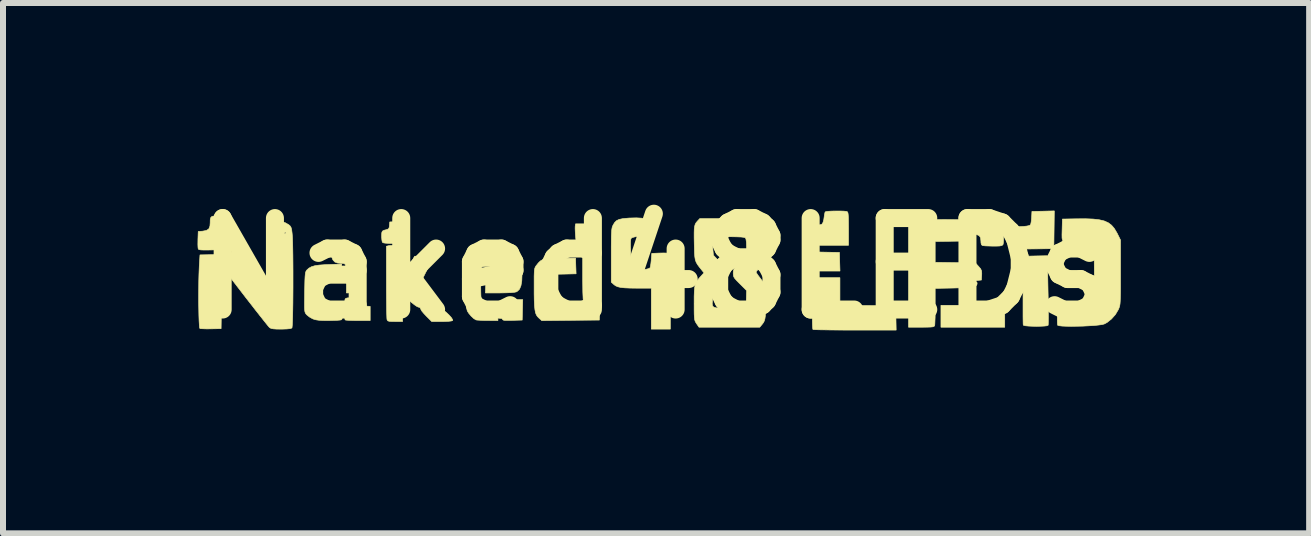
<source format=kicad_pcb>
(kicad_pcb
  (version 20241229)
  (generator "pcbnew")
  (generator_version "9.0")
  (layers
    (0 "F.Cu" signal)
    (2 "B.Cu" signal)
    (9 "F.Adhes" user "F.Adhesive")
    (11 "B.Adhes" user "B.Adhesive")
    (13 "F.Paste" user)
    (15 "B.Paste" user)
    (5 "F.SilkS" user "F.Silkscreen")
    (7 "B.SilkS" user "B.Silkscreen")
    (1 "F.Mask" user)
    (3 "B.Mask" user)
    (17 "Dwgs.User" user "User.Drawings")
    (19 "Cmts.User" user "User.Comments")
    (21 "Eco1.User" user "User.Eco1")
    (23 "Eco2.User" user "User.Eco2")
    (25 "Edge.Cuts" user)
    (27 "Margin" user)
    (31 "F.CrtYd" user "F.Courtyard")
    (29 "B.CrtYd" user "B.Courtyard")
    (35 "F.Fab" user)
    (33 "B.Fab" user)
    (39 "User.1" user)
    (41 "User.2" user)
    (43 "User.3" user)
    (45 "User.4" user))
  (footprint "Naked48LEDs"
    (layer "F.Cu")
    (at 7.881 1.418)
    (property "Reference" "Naked48LEDs" (at 0 0 0) (layer "F.SilkS") (effects (font (size 1.524 1.524) (thickness 0.3))))
    (attr through_hole)
    (fp_poly (pts (xy 5.81 0.984) (xy 4.747 0.984) (xy 4.747 0.619) (xy 5.81 0.619) (xy 5.81 0.984)) (stroke (width 0.01) (type solid)) (fill yes) (layer "F.SilkS"))
    (fp_poly (pts (xy 2.838 -0.266) (xy 3.056 -0.262) (xy 3.06 -0.107) (xy 3.065 0.048) (xy 2.619 0.048) (xy 2.619 -0.271) (xy 2.838 -0.266)) (stroke (width 0.01) (type solid)) (fill yes) (layer "F.SilkS"))
    (fp_poly (pts (xy -0.924 -0.528) (xy -0.92 -0.318) (xy -1.204 -0.318) (xy -1.209 -0.369) (xy -1.216 -0.404) (xy -1.234 -0.419) (xy -1.273 -0.426) (xy -1.331 -0.43) (xy -1.342 -0.545) (xy -1.346 -0.608) (xy -1.348 -0.663) (xy -1.347 -0.699) (xy -1.347 -0.699) (xy -1.341 -0.738) (xy -0.929 -0.738) (xy -0.924 -0.528)) (stroke (width 0.01) (type solid)) (fill yes) (layer "F.SilkS"))
    (fp_poly (pts (xy -4.191 -0.413) (xy -4.372 -0.413) (xy -4.452 -0.413) (xy -4.506 -0.416) (xy -4.539 -0.421) (xy -4.557 -0.429) (xy -4.562 -0.438) (xy -4.568 -0.468) (xy -4.572 -0.516) (xy -4.572 -0.542) (xy -4.57 -0.59) (xy -4.56 -0.616) (xy -4.534 -0.631) (xy -4.49 -0.642) (xy -4.46 -0.653) (xy -4.446 -0.678) (xy -4.442 -0.71) (xy -4.437 -0.77) (xy -4.314 -0.775) (xy -4.191 -0.779) (xy -4.191 -0.413)) (stroke (width 0.01) (type solid)) (fill yes) (layer "F.SilkS"))
    (fp_poly (pts (xy 6.628 -0.325) (xy 6.33 -0.321) (xy 6.221 -0.32) (xy 6.141 -0.32) (xy 6.084 -0.322) (xy 6.049 -0.326) (xy 6.029 -0.332) (xy 6.024 -0.338) (xy 6.021 -0.362) (xy 6.019 -0.41) (xy 6.019 -0.474) (xy 6.02 -0.525) (xy 6.025 -0.691) (xy 6.122 -0.695) (xy 6.177 -0.701) (xy 6.219 -0.71) (xy 6.237 -0.72) (xy 6.246 -0.745) (xy 6.254 -0.792) (xy 6.258 -0.842) (xy 6.263 -0.945) (xy 6.45 -0.949) (xy 6.636 -0.954) (xy 6.628 -0.325)) (stroke (width 0.01) (type solid)) (fill yes) (layer "F.SilkS"))
    (fp_poly (pts (xy -4.918 0.56) (xy -4.913 0.627) (xy -4.838 0.632) (xy -4.763 0.637) (xy -4.763 0.873) (xy -4.966 0.873) (xy -5.044 0.872) (xy -5.109 0.87) (xy -5.157 0.867) (xy -5.18 0.863) (xy -5.181 0.863) (xy -5.185 0.843) (xy -5.189 0.799) (xy -5.19 0.741) (xy -5.191 0.676) (xy -5.19 0.612) (xy -5.187 0.559) (xy -5.183 0.524) (xy -5.181 0.517) (xy -5.17 0.504) (xy -5.143 0.496) (xy -5.095 0.493) (xy -5.047 0.492) (xy -4.923 0.492) (xy -4.918 0.56)) (stroke (width 0.01) (type solid)) (fill yes) (layer "F.SilkS"))
    (fp_poly (pts (xy -2.23 0.865) (xy -2.393 0.87) (xy -2.466 0.871) (xy -2.513 0.871) (xy -2.541 0.867) (xy -2.555 0.859) (xy -2.562 0.845) (xy -2.564 0.837) (xy -2.569 0.8) (xy -2.57 0.747) (xy -2.569 0.714) (xy -2.565 0.664) (xy -2.557 0.637) (xy -2.54 0.625) (xy -2.516 0.619) (xy -2.48 0.606) (xy -2.465 0.578) (xy -2.464 0.567) (xy -2.46 0.545) (xy -2.45 0.532) (xy -2.427 0.526) (xy -2.385 0.524) (xy -2.34 0.524) (xy -2.221 0.524) (xy -2.23 0.865)) (stroke (width 0.01) (type solid)) (fill yes) (layer "F.SilkS"))
    (fp_poly (pts (xy 3.064 0.619) (xy 3.528 0.623) (xy 3.993 0.627) (xy 3.997 0.829) (xy 4.001 1.032) (xy 3.313 1.032) (xy 3.168 1.032) (xy 3.033 1.031) (xy 2.911 1.03) (xy 2.806 1.028) (xy 2.721 1.027) (xy 2.658 1.025) (xy 2.622 1.023) (xy 2.614 1.021) (xy 2.61 1.001) (xy 2.607 0.955) (xy 2.605 0.887) (xy 2.604 0.802) (xy 2.604 0.705) (xy 2.606 0.602) (xy 2.608 0.497) (xy 2.612 0.396) (xy 2.614 0.361) (xy 2.624 0.159) (xy 3.064 0.159) (xy 3.064 0.619)) (stroke (width 0.01) (type solid)) (fill yes) (layer "F.SilkS"))
    (fp_poly (pts (xy 5.785 -0.634) (xy 5.789 -0.536) (xy 5.79 -0.466) (xy 5.787 -0.419) (xy 5.781 -0.393) (xy 5.778 -0.388) (xy 5.759 -0.376) (xy 5.722 -0.369) (xy 5.661 -0.367) (xy 5.614 -0.367) (xy 5.546 -0.369) (xy 5.489 -0.371) (xy 5.45 -0.375) (xy 5.441 -0.376) (xy 5.422 -0.39) (xy 5.414 -0.423) (xy 5.413 -0.452) (xy 5.407 -0.507) (xy 5.385 -0.541) (xy 5.341 -0.56) (xy 5.302 -0.567) (xy 5.238 -0.576) (xy 5.242 -0.713) (xy 5.247 -0.849) (xy 5.51 -0.854) (xy 5.774 -0.858) (xy 5.785 -0.634)) (stroke (width 0.01) (type solid)) (fill yes) (layer "F.SilkS"))
    (fp_poly (pts (xy 6.531 0.364) (xy 6.534 0.496) (xy 6.535 0.618) (xy 6.536 0.727) (xy 6.537 0.818) (xy 6.536 0.889) (xy 6.535 0.935) (xy 6.533 0.952) (xy 6.513 0.96) (xy 6.469 0.965) (xy 6.409 0.968) (xy 6.34 0.969) (xy 6.27 0.968) (xy 6.206 0.965) (xy 6.154 0.96) (xy 6.124 0.952) (xy 6.119 0.948) (xy 6.117 0.928) (xy 6.116 0.88) (xy 6.115 0.808) (xy 6.115 0.715) (xy 6.115 0.606) (xy 6.115 0.483) (xy 6.116 0.365) (xy 6.12 -0.198) (xy 6.32 -0.203) (xy 6.52 -0.207) (xy 6.531 0.364)) (stroke (width 0.01) (type solid)) (fill yes) (layer "F.SilkS"))
    (fp_poly (pts (xy -0.947 -0.194) (xy -0.944 -0.161) (xy -0.941 -0.101) (xy -0.939 -0.021) (xy -0.938 0.073) (xy -0.937 0.175) (xy -0.937 0.193) (xy -0.937 0.304) (xy -0.938 0.388) (xy -0.94 0.448) (xy -0.943 0.488) (xy -0.948 0.513) (xy -0.955 0.526) (xy -0.962 0.53) (xy -0.991 0.535) (xy -1.039 0.539) (xy -1.095 0.539) (xy -1.149 0.538) (xy -1.191 0.535) (xy -1.212 0.529) (xy -1.215 0.511) (xy -1.217 0.466) (xy -1.22 0.397) (xy -1.221 0.311) (xy -1.222 0.21) (xy -1.222 0.132) (xy -1.222 -0.254) (xy -1.09 -0.254) (xy -0.957 -0.254) (xy -0.947 -0.194)) (stroke (width 0.01) (type solid)) (fill yes) (layer "F.SilkS"))
    (fp_poly (pts (xy -7.254 -0.87) (xy -7.104 -0.865) (xy -7.104 -0.601) (xy -7.105 -0.512) (xy -7.107 -0.434) (xy -7.11 -0.373) (xy -7.114 -0.334) (xy -7.117 -0.323) (xy -7.137 -0.318) (xy -7.183 -0.313) (xy -7.248 -0.309) (xy -7.329 -0.305) (xy -7.375 -0.304) (xy -7.471 -0.302) (xy -7.539 -0.302) (xy -7.585 -0.304) (xy -7.612 -0.309) (xy -7.626 -0.317) (xy -7.628 -0.321) (xy -7.632 -0.347) (xy -7.634 -0.395) (xy -7.633 -0.457) (xy -7.633 -0.478) (xy -7.628 -0.611) (xy -7.557 -0.616) (xy -7.492 -0.628) (xy -7.452 -0.654) (xy -7.433 -0.701) (xy -7.429 -0.753) (xy -7.428 -0.806) (xy -7.42 -0.841) (xy -7.401 -0.861) (xy -7.365 -0.87) (xy -7.306 -0.871) (xy -7.254 -0.87)) (stroke (width 0.01) (type solid)) (fill yes) (layer "F.SilkS"))
    (fp_poly (pts (xy -5.015 -0.332) (xy -4.97 -0.324) (xy -4.938 -0.307) (xy -4.917 -0.278) (xy -4.905 -0.231) (xy -4.899 -0.165) (xy -4.897 -0.075) (xy -4.897 0.043) (xy -4.897 0.066) (xy -4.897 0.405) (xy -5.028 0.409) (xy -5.159 0.414) (xy -5.159 0.217) (xy -5.16 0.136) (xy -5.162 0.062) (xy -5.166 0.004) (xy -5.169 -0.03) (xy -5.179 -0.062) (xy -5.197 -0.076) (xy -5.234 -0.08) (xy -5.245 -0.08) (xy -5.309 -0.086) (xy -5.351 -0.102) (xy -5.38 -0.132) (xy -5.39 -0.149) (xy -5.411 -0.211) (xy -5.404 -0.263) (xy -5.377 -0.299) (xy -5.358 -0.314) (xy -5.335 -0.324) (xy -5.303 -0.33) (xy -5.253 -0.332) (xy -5.18 -0.333) (xy -5.156 -0.333) (xy -5.077 -0.334) (xy -5.015 -0.332)) (stroke (width 0.01) (type solid)) (fill yes) (layer "F.SilkS"))
    (fp_poly (pts (xy -1.337 -0.036) (xy -1.332 0.094) (xy -1.535 0.099) (xy -1.738 0.103) (xy -1.752 0.217) (xy -1.758 0.29) (xy -1.759 0.377) (xy -1.755 0.46) (xy -1.755 0.467) (xy -1.743 0.603) (xy -0.935 0.603) (xy -0.94 0.734) (xy -0.945 0.865) (xy -1.424 0.869) (xy -1.904 0.874) (xy -1.954 0.829) (xy -1.977 0.805) (xy -1.995 0.777) (xy -2.009 0.74) (xy -2.018 0.691) (xy -2.025 0.626) (xy -2.029 0.54) (xy -2.031 0.43) (xy -2.031 0.325) (xy -2.031 0.216) (xy -2.031 0.135) (xy -2.029 0.076) (xy -2.026 0.034) (xy -2.021 0.005) (xy -2.013 -0.016) (xy -2.002 -0.035) (xy -1.992 -0.048) (xy -1.959 -0.089) (xy -1.927 -0.12) (xy -1.89 -0.141) (xy -1.842 -0.155) (xy -1.779 -0.163) (xy -1.695 -0.166) (xy -1.596 -0.167) (xy -1.341 -0.167) (xy -1.337 -0.036)) (stroke (width 0.01) (type solid)) (fill yes) (layer "F.SilkS"))
    (fp_poly (pts (xy 3.069 -0.952) (xy 3.127 -0.95) (xy 3.168 -0.946) (xy 3.182 -0.943) (xy 3.191 -0.935) (xy 3.198 -0.919) (xy 3.202 -0.888) (xy 3.205 -0.839) (xy 3.206 -0.767) (xy 3.207 -0.668) (xy 3.207 -0.657) (xy 3.207 -0.381) (xy 2.875 -0.381) (xy 2.765 -0.381) (xy 2.682 -0.382) (xy 2.623 -0.383) (xy 2.583 -0.386) (xy 2.558 -0.39) (xy 2.544 -0.397) (xy 2.538 -0.406) (xy 2.534 -0.417) (xy 2.53 -0.449) (xy 2.526 -0.503) (xy 2.524 -0.568) (xy 2.524 -0.583) (xy 2.524 -0.714) (xy 2.632 -0.714) (xy 2.695 -0.717) (xy 2.743 -0.725) (xy 2.765 -0.734) (xy 2.782 -0.762) (xy 2.795 -0.809) (xy 2.799 -0.838) (xy 2.806 -0.888) (xy 2.814 -0.925) (xy 2.818 -0.937) (xy 2.837 -0.943) (xy 2.879 -0.948) (xy 2.937 -0.951) (xy 3.003 -0.952) (xy 3.069 -0.952)) (stroke (width 0.01) (type solid)) (fill yes) (layer "F.SilkS"))
    (fp_poly (pts (xy -5.239 0.06) (xy -5.24 0.126) (xy -5.245 0.168) (xy -5.254 0.189) (xy -5.264 0.197) (xy -5.29 0.201) (xy -5.339 0.204) (xy -5.404 0.206) (xy -5.447 0.206) (xy -5.605 0.206) (xy -5.596 0.611) (xy -5.413 0.619) (xy -5.231 0.627) (xy -5.226 0.737) (xy -5.226 0.805) (xy -5.232 0.845) (xy -5.242 0.86) (xy -5.265 0.865) (xy -5.313 0.869) (xy -5.379 0.871) (xy -5.456 0.873) (xy -5.461 0.873) (xy -5.552 0.872) (xy -5.619 0.868) (xy -5.667 0.861) (xy -5.705 0.85) (xy -5.723 0.843) (xy -5.773 0.815) (xy -5.816 0.781) (xy -5.823 0.774) (xy -5.835 0.76) (xy -5.844 0.745) (xy -5.851 0.724) (xy -5.855 0.693) (xy -5.857 0.648) (xy -5.857 0.584) (xy -5.856 0.496) (xy -5.855 0.4) (xy -5.853 0.288) (xy -5.851 0.204) (xy -5.848 0.142) (xy -5.844 0.098) (xy -5.839 0.069) (xy -5.831 0.049) (xy -5.821 0.035) (xy -5.818 0.031) (xy -5.784 0.000044) (xy -5.742 -0.023) (xy -5.687 -0.04) (xy -5.613 -0.051) (xy -5.516 -0.058) (xy -5.457 -0.06) (xy -5.239 -0.068) (xy -5.239 0.06)) (stroke (width 0.01) (type solid)) (fill yes) (layer "F.SilkS"))
    (fp_poly (pts (xy 4.911 -0.809) (xy 5.005 -0.808) (xy 5.074 -0.806) (xy 5.122 -0.802) (xy 5.153 -0.797) (xy 5.17 -0.791) (xy 5.174 -0.787) (xy 5.183 -0.758) (xy 5.188 -0.699) (xy 5.188 -0.612) (xy 5.188 -0.609) (xy 5.183 -0.452) (xy 4.917 -0.448) (xy 4.651 -0.444) (xy 4.651 -0.097) (xy 5.321 -0.087) (xy 5.376 -0.027) (xy 5.409 0.012) (xy 5.424 0.046) (xy 5.427 0.089) (xy 5.426 0.116) (xy 5.421 0.198) (xy 5.318 0.208) (xy 5.269 0.212) (xy 5.25 0.216) (xy 5.26 0.218) (xy 5.282 0.22) (xy 5.326 0.224) (xy 5.346 0.235) (xy 5.35 0.253) (xy 5.346 0.275) (xy 5.332 0.293) (xy 5.304 0.306) (xy 5.259 0.315) (xy 5.194 0.322) (xy 5.104 0.327) (xy 4.987 0.33) (xy 4.965 0.331) (xy 4.651 0.337) (xy 4.651 0.636) (xy 4.651 0.731) (xy 4.65 0.817) (xy 4.647 0.887) (xy 4.645 0.936) (xy 4.642 0.959) (xy 4.633 0.969) (xy 4.614 0.977) (xy 4.579 0.981) (xy 4.523 0.983) (xy 4.442 0.984) (xy 4.419 0.984) (xy 4.207 0.984) (xy 4.207 0.033) (xy 5.194 0.033) (xy 5.198 0.046) (xy 5.206 0.045) (xy 5.223 0.032) (xy 5.224 0.027) (xy 5.214 0.015) (xy 5.198 0.024) (xy 5.194 0.033) (xy 4.207 0.033) (xy 4.207 -0.789) (xy 4.314 -0.799) (xy 4.362 -0.802) (xy 4.435 -0.805) (xy 4.527 -0.807) (xy 4.632 -0.809) (xy 4.743 -0.809) (xy 4.788 -0.81) (xy 4.911 -0.809)) (stroke (width 0.01) (type solid)) (fill yes) (layer "F.SilkS"))
    (fp_poly (pts (xy -0.241 -0.833) (xy -0.182 -0.82) (xy -0.151 -0.799) (xy -0.145 -0.785) (xy -0.13 -0.753) (xy -0.117 -0.741) (xy -0.099 -0.714) (xy -0.095 -0.672) (xy -0.106 -0.624) (xy -0.129 -0.584) (xy -0.132 -0.581) (xy -0.162 -0.558) (xy -0.204 -0.544) (xy -0.267 -0.534) (xy -0.282 -0.532) (xy -0.345 -0.523) (xy -0.392 -0.511) (xy -0.414 -0.499) (xy -0.421 -0.478) (xy -0.425 -0.438) (xy -0.426 -0.374) (xy -0.423 -0.282) (xy -0.421 -0.232) (xy -0.41 0.012) (xy -0.335 0.022) (xy -0.274 0.026) (xy -0.21 0.024) (xy -0.154 0.016) (xy -0.113 0.004) (xy -0.1 -0.006) (xy -0.093 -0.03) (xy -0.086 -0.075) (xy -0.08 -0.133) (xy -0.08 -0.135) (xy -0.071 -0.246) (xy 0.047 -0.251) (xy 0.128 -0.253) (xy 0.182 -0.251) (xy 0.214 -0.24) (xy 0.231 -0.215) (xy 0.237 -0.173) (xy 0.238 -0.11) (xy 0.238 -0.103) (xy 0.238 0.032) (xy 0.446 0.032) (xy 0.441 0.179) (xy 0.437 0.325) (xy 0.337 0.33) (xy 0.238 0.335) (xy 0.238 1.016) (xy -0.079 1.016) (xy -0.079 0.333) (xy -0.322 0.333) (xy -0.436 0.332) (xy -0.524 0.328) (xy -0.59 0.321) (xy -0.64 0.309) (xy -0.677 0.292) (xy -0.708 0.268) (xy -0.709 0.267) (xy -0.746 0.233) (xy -0.746 -0.213) (xy -0.746 -0.346) (xy -0.745 -0.452) (xy -0.744 -0.533) (xy -0.741 -0.594) (xy -0.738 -0.639) (xy -0.733 -0.671) (xy -0.726 -0.695) (xy -0.718 -0.713) (xy -0.691 -0.759) (xy -0.659 -0.791) (xy -0.615 -0.812) (xy -0.554 -0.825) (xy -0.47 -0.833) (xy -0.445 -0.835) (xy -0.328 -0.838) (xy -0.241 -0.833)) (stroke (width 0.01) (type solid)) (fill yes) (layer "F.SilkS"))
    (fp_poly (pts (xy 7.283 -0.818) (xy 7.386 -0.806) (xy 7.469 -0.786) (xy 7.536 -0.756) (xy 7.59 -0.715) (xy 7.636 -0.661) (xy 7.676 -0.594) (xy 7.684 -0.58) (xy 7.739 -0.469) (xy 7.739 0.071) (xy 7.739 0.216) (xy 7.739 0.334) (xy 7.738 0.426) (xy 7.736 0.498) (xy 7.734 0.553) (xy 7.731 0.594) (xy 7.726 0.625) (xy 7.719 0.65) (xy 7.711 0.672) (xy 7.702 0.692) (xy 7.654 0.773) (xy 7.588 0.847) (xy 7.514 0.906) (xy 7.469 0.93) (xy 7.432 0.94) (xy 7.372 0.948) (xy 7.295 0.956) (xy 7.205 0.961) (xy 7.11 0.966) (xy 7.012 0.968) (xy 6.919 0.969) (xy 6.835 0.968) (xy 6.766 0.965) (xy 6.716 0.959) (xy 6.692 0.951) (xy 6.691 0.95) (xy 6.688 0.925) (xy 6.686 0.876) (xy 6.686 0.811) (xy 6.687 0.753) (xy 6.691 0.579) (xy 6.945 0.571) (xy 7.055 0.566) (xy 7.137 0.56) (xy 7.196 0.551) (xy 7.237 0.538) (xy 7.264 0.521) (xy 7.281 0.497) (xy 7.287 0.482) (xy 7.292 0.456) (xy 7.295 0.402) (xy 7.299 0.327) (xy 7.301 0.234) (xy 7.302 0.13) (xy 7.303 0.058) (xy 7.302 -0.072) (xy 7.301 -0.173) (xy 7.298 -0.251) (xy 7.292 -0.307) (xy 7.282 -0.347) (xy 7.269 -0.374) (xy 7.249 -0.392) (xy 7.224 -0.403) (xy 7.195 -0.412) (xy 7.152 -0.419) (xy 7.089 -0.425) (xy 7.016 -0.428) (xy 6.985 -0.429) (xy 6.897 -0.429) (xy 6.835 -0.432) (xy 6.796 -0.441) (xy 6.774 -0.463) (xy 6.765 -0.5) (xy 6.764 -0.558) (xy 6.766 -0.633) (xy 6.771 -0.818) (xy 7.001 -0.822) (xy 7.156 -0.823) (xy 7.283 -0.818)) (stroke (width 0.01) (type solid)) (fill yes) (layer "F.SilkS"))
    (fp_poly (pts (xy -4.318 -0.378) (xy -4.215 -0.373) (xy -4.216 -0.107) (xy -4.216 -0.02) (xy -4.215 0.054) (xy -4.213 0.11) (xy -4.21 0.143) (xy -4.208 0.15) (xy -4.198 0.133) (xy -4.176 0.093) (xy -4.146 0.037) (xy -4.112 -0.029) (xy -4.024 -0.198) (xy -3.883 -0.203) (xy -3.818 -0.204) (xy -3.765 -0.201) (xy -3.733 -0.196) (xy -3.727 -0.193) (xy -3.729 -0.174) (xy -3.744 -0.13) (xy -3.772 -0.065) (xy -3.811 0.018) (xy -3.834 0.064) (xy -3.955 0.306) (xy -3.801 0.452) (xy -3.73 0.521) (xy -3.683 0.571) (xy -3.659 0.605) (xy -3.655 0.623) (xy -3.654 0.642) (xy -3.626 0.655) (xy -3.614 0.657) (xy -3.581 0.672) (xy -3.539 0.701) (xy -3.492 0.74) (xy -3.448 0.782) (xy -3.412 0.822) (xy -3.391 0.855) (xy -3.388 0.872) (xy -3.41 0.88) (xy -3.459 0.886) (xy -3.533 0.889) (xy -3.568 0.889) (xy -3.738 0.889) (xy -3.829 0.798) (xy -3.872 0.752) (xy -3.905 0.712) (xy -3.92 0.684) (xy -3.921 0.679) (xy -3.934 0.655) (xy -3.954 0.651) (xy -3.98 0.641) (xy -4.022 0.613) (xy -4.072 0.574) (xy -4.093 0.555) (xy -4.199 0.46) (xy -4.21 0.52) (xy -4.215 0.562) (xy -4.219 0.626) (xy -4.221 0.699) (xy -4.222 0.734) (xy -4.223 0.889) (xy -4.348 0.889) (xy -4.411 0.888) (xy -4.449 0.885) (xy -4.47 0.877) (xy -4.48 0.863) (xy -4.483 0.853) (xy -4.485 0.83) (xy -4.487 0.778) (xy -4.489 0.702) (xy -4.49 0.606) (xy -4.491 0.493) (xy -4.492 0.367) (xy -4.492 0.232) (xy -4.492 0.227) (xy -4.493 -0.365) (xy -4.456 -0.374) (xy -4.422 -0.378) (xy -4.368 -0.379) (xy -4.318 -0.378)) (stroke (width 0.01) (type solid)) (fill yes) (layer "F.SilkS"))
    (fp_poly (pts (xy -2.69 -0.251) (xy -2.578 -0.249) (xy -2.494 -0.247) (xy -2.432 -0.245) (xy -2.388 -0.241) (xy -2.359 -0.236) (xy -2.339 -0.229) (xy -2.324 -0.219) (xy -2.312 -0.208) (xy -2.277 -0.166) (xy -2.254 -0.113) (xy -2.24 -0.041) (xy -2.233 0.054) (xy -2.233 0.103) (xy -2.237 0.212) (xy -2.251 0.293) (xy -2.275 0.35) (xy -2.312 0.386) (xy -2.327 0.395) (xy -2.36 0.402) (xy -2.42 0.408) (xy -2.503 0.411) (xy -2.603 0.413) (xy -2.605 0.413) (xy -2.843 0.413) (xy -2.834 0.183) (xy -2.66 0.178) (xy -2.568 0.174) (xy -2.507 0.167) (xy -2.476 0.157) (xy -2.473 0.154) (xy -2.464 0.121) (xy -2.461 0.074) (xy -2.466 0.026) (xy -2.476 -0.008) (xy -2.48 -0.013) (xy -2.506 -0.022) (xy -2.562 -0.028) (xy -2.649 -0.031) (xy -2.7 -0.032) (xy -2.786 -0.031) (xy -2.844 -0.029) (xy -2.881 -0.025) (xy -2.902 -0.018) (xy -2.911 -0.007) (xy -2.911 -0.007) (xy -2.915 0.019) (xy -2.918 0.069) (xy -2.92 0.138) (xy -2.921 0.219) (xy -2.921 0.305) (xy -2.92 0.389) (xy -2.918 0.465) (xy -2.915 0.525) (xy -2.912 0.565) (xy -2.911 0.569) (xy -2.901 0.618) (xy -2.772 0.622) (xy -2.643 0.627) (xy -2.639 0.75) (xy -2.634 0.873) (xy -2.805 0.872) (xy -2.878 0.871) (xy -2.94 0.868) (xy -2.984 0.865) (xy -3 0.862) (xy -3.038 0.839) (xy -3.082 0.798) (xy -3.121 0.751) (xy -3.14 0.722) (xy -3.149 0.699) (xy -3.156 0.665) (xy -3.162 0.615) (xy -3.166 0.547) (xy -3.17 0.454) (xy -3.172 0.35) (xy -3.174 0.213) (xy -3.173 0.103) (xy -3.169 0.017) (xy -3.16 -0.051) (xy -3.147 -0.103) (xy -3.128 -0.145) (xy -3.104 -0.18) (xy -3.085 -0.2) (xy -3.029 -0.256) (xy -2.69 -0.251)) (stroke (width 0.01) (type solid)) (fill yes) (layer "F.SilkS"))
    (fp_poly (pts (xy -6.182 -0.759) (xy -6.12 -0.724) (xy -6.096 -0.702) (xy -6.081 -0.677) (xy -6.071 -0.64) (xy -6.064 -0.583) (xy -6.062 -0.562) (xy -6.058 -0.505) (xy -6.055 -0.426) (xy -6.053 -0.328) (xy -6.051 -0.214) (xy -6.05 -0.088) (xy -6.049 0.045) (xy -6.049 0.183) (xy -6.049 0.321) (xy -6.05 0.456) (xy -6.051 0.584) (xy -6.053 0.702) (xy -6.055 0.805) (xy -6.058 0.889) (xy -6.061 0.952) (xy -6.065 0.989) (xy -6.067 0.997) (xy -6.095 1.007) (xy -6.151 1.013) (xy -6.235 1.016) (xy -6.248 1.016) (xy -6.326 1.015) (xy -6.379 1.011) (xy -6.414 1.004) (xy -6.437 0.992) (xy -6.441 0.988) (xy -6.458 0.97) (xy -6.491 0.929) (xy -6.539 0.869) (xy -6.6 0.792) (xy -6.671 0.702) (xy -6.749 0.601) (xy -6.834 0.493) (xy -6.852 0.469) (xy -7.231 -0.023) (xy -7.239 0.493) (xy -7.247 1.008) (xy -7.414 1.011) (xy -7.485 1.012) (xy -7.545 1.01) (xy -7.586 1.008) (xy -7.6 1.006) (xy -7.606 0.988) (xy -7.61 0.943) (xy -7.614 0.875) (xy -7.617 0.788) (xy -7.619 0.686) (xy -7.621 0.573) (xy -7.621 0.454) (xy -7.62 0.334) (xy -7.619 0.215) (xy -7.616 0.103) (xy -7.612 0.002) (xy -7.61 -0.043) (xy -7.599 -0.221) (xy -7.344 -0.226) (xy -7.089 -0.23) (xy -7.075 -0.29) (xy -7.066 -0.322) (xy -7.054 -0.342) (xy -7.038 -0.35) (xy -7.016 -0.343) (xy -6.986 -0.32) (xy -6.947 -0.279) (xy -6.895 -0.219) (xy -6.831 -0.138) (xy -6.751 -0.034) (xy -6.668 0.076) (xy -6.485 0.319) (xy -6.477 -0.162) (xy -6.475 -0.283) (xy -6.472 -0.396) (xy -6.468 -0.494) (xy -6.464 -0.575) (xy -6.463 -0.587) (xy -6.191 -0.587) (xy -6.186 -0.572) (xy -6.184 -0.572) (xy -6.171 -0.583) (xy -6.167 -0.587) (xy -6.169 -0.602) (xy -6.174 -0.603) (xy -6.191 -0.592) (xy -6.191 -0.587) (xy -6.463 -0.587) (xy -6.46 -0.634) (xy -6.457 -0.666) (xy -6.455 -0.671) (xy -6.433 -0.693) (xy -6.405 -0.697) (xy -6.383 -0.684) (xy -6.38 -0.671) (xy -6.376 -0.666) (xy -6.37 -0.687) (xy -6.368 -0.698) (xy -6.352 -0.743) (xy -6.32 -0.767) (xy -6.317 -0.768) (xy -6.252 -0.775) (xy -6.182 -0.759)) (stroke (width 0.01) (type solid)) (fill yes) (layer "F.SilkS"))
    (fp_poly (pts (xy 1.774 -0.759) (xy 1.818 -0.693) (xy 1.816 -0.418) (xy 1.815 -0.318) (xy 1.813 -0.244) (xy 1.81 -0.191) (xy 1.805 -0.152) (xy 1.797 -0.123) (xy 1.786 -0.098) (xy 1.774 -0.076) (xy 1.743 -0.029) (xy 1.711 0.011) (xy 1.7 0.022) (xy 1.676 0.049) (xy 1.667 0.066) (xy 1.676 0.084) (xy 1.7 0.12) (xy 1.735 0.166) (xy 1.742 0.176) (xy 1.818 0.273) (xy 1.823 0.529) (xy 1.825 0.643) (xy 1.824 0.73) (xy 1.821 0.796) (xy 1.814 0.844) (xy 1.803 0.881) (xy 1.787 0.911) (xy 1.768 0.936) (xy 1.728 0.984) (xy 0.716 0.984) (xy 0.675 0.925) (xy 0.661 0.903) (xy 0.65 0.881) (xy 0.643 0.855) (xy 0.639 0.819) (xy 0.636 0.767) (xy 0.635 0.695) (xy 0.635 0.598) (xy 0.635 0.596) (xy 0.936 0.596) (xy 0.942 0.629) (xy 0.961 0.649) (xy 0.995 0.66) (xy 1.049 0.665) (xy 1.128 0.665) (xy 1.228 0.663) (xy 1.5 0.659) (xy 1.509 0.373) (xy 1.398 0.262) (xy 1.346 0.21) (xy 1.313 0.173) (xy 1.295 0.144) (xy 1.288 0.117) (xy 1.286 0.083) (xy 1.286 0.082) (xy 1.288 0.049) (xy 1.296 0.02) (xy 1.313 -0.011) (xy 1.345 -0.052) (xy 1.395 -0.108) (xy 1.397 -0.11) (xy 1.508 -0.233) (xy 1.508 -0.359) (xy 1.506 -0.43) (xy 1.499 -0.481) (xy 1.489 -0.505) (xy 1.467 -0.513) (xy 1.419 -0.519) (xy 1.343 -0.522) (xy 1.238 -0.524) (xy 1.22 -0.524) (xy 1.117 -0.524) (xy 1.042 -0.521) (xy 0.99 -0.513) (xy 0.958 -0.498) (xy 0.942 -0.472) (xy 0.938 -0.433) (xy 0.941 -0.377) (xy 0.945 -0.336) (xy 0.956 -0.215) (xy 1.059 -0.104) (xy 1.106 -0.051) (xy 1.146 -0.004) (xy 1.172 0.031) (xy 1.178 0.041) (xy 1.184 0.076) (xy 1.17 0.12) (xy 1.135 0.174) (xy 1.077 0.244) (xy 1.049 0.274) (xy 1.004 0.323) (xy 0.976 0.36) (xy 0.96 0.393) (xy 0.951 0.434) (xy 0.945 0.487) (xy 0.939 0.55) (xy 0.936 0.596) (xy 0.635 0.596) (xy 0.635 0.583) (xy 0.635 0.473) (xy 0.638 0.389) (xy 0.643 0.325) (xy 0.653 0.276) (xy 0.668 0.237) (xy 0.691 0.201) (xy 0.722 0.163) (xy 0.742 0.141) (xy 0.799 0.078) (xy 0.764 0.035) (xy 0.721 -0.019) (xy 0.69 -0.061) (xy 0.668 -0.1) (xy 0.654 -0.14) (xy 0.646 -0.189) (xy 0.641 -0.253) (xy 0.639 -0.338) (xy 0.637 -0.4) (xy 0.635 -0.509) (xy 0.635 -0.592) (xy 0.637 -0.653) (xy 0.643 -0.697) (xy 0.652 -0.729) (xy 0.665 -0.754) (xy 0.684 -0.777) (xy 0.689 -0.783) (xy 0.729 -0.826) (xy 1.229 -0.826) (xy 1.73 -0.826) (xy 1.774 -0.759)) (stroke (width 0.01) (type solid)) (fill yes) (layer "F.SilkS")))
  (gr_rect
    (start -3 -3)
    (end 18.763 5.836)
    (stroke (width 0.1) (type default))
    (fill no)
    (layer "Edge.Cuts")))
</source>
